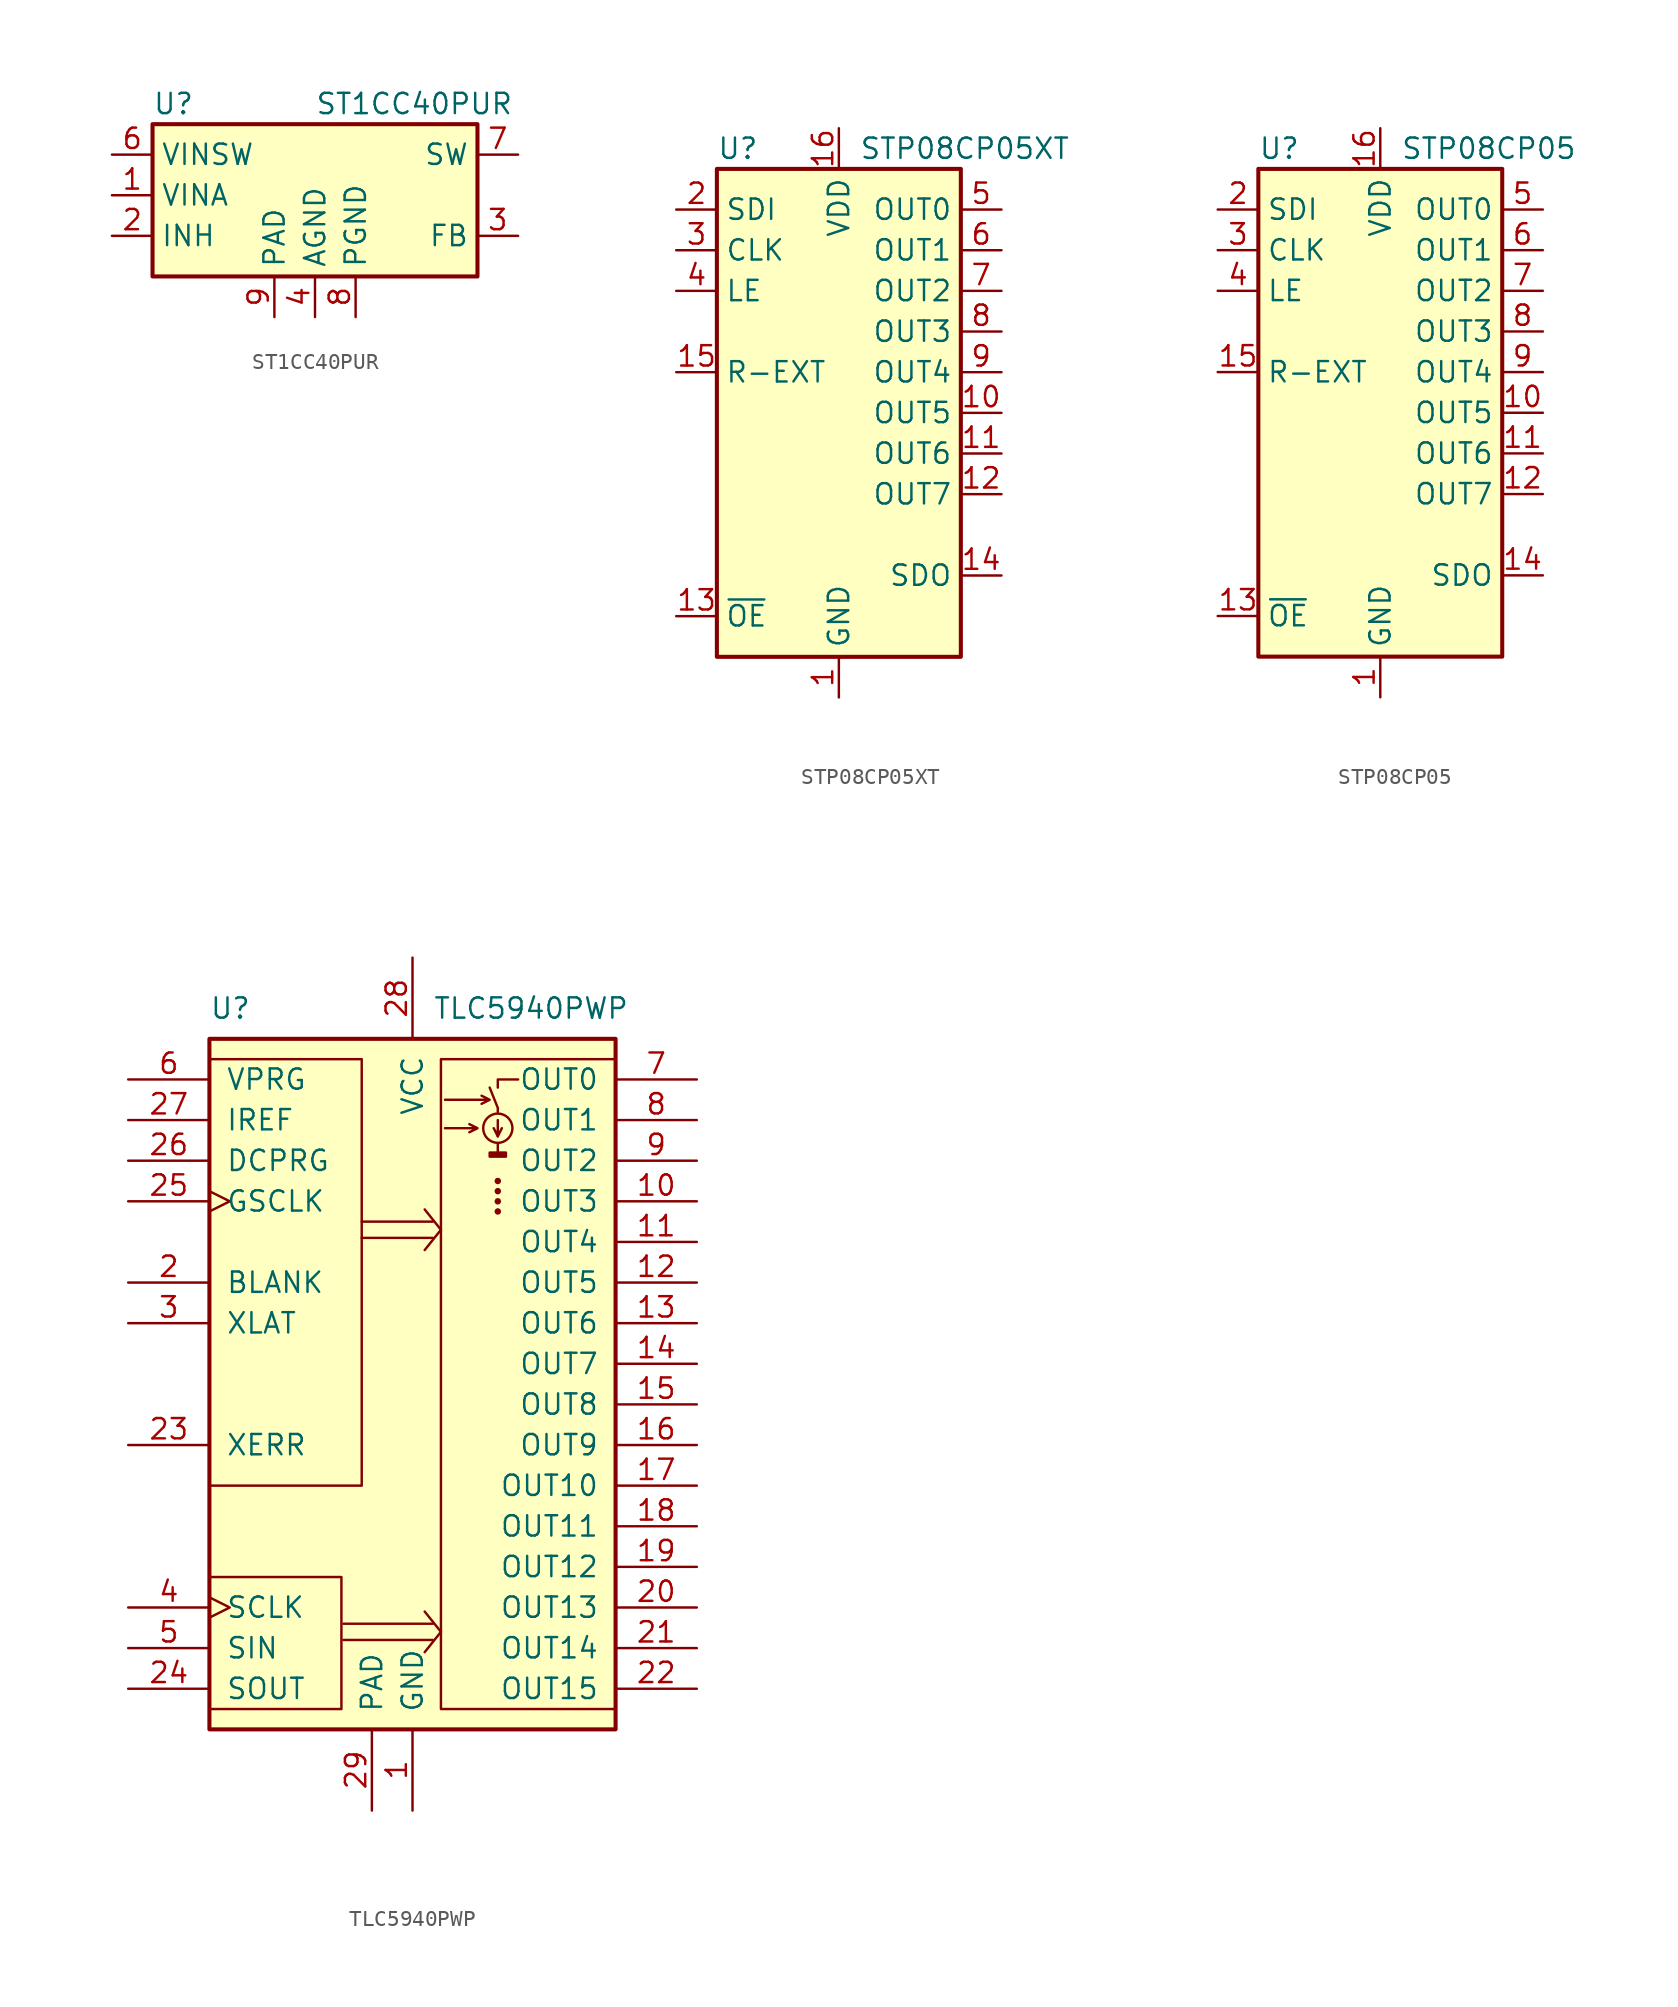
<source format=kicad_sym>
(kicad_symbol_lib
  (version 20211014)
  (generator kicad_symbol_editor)
  (symbol "ST1CC40PUR"
    (property "Reference" "U"
      (at -10.16 5.715 0)
      (effects (font (size 1.27 1.27)) (justify left)))
    (property "Value" "ST1CC40PUR"
      (at 0 5.715 0)
      (effects (font (size 1.27 1.27)) (justify left)))
    (symbol "ST1CC40PUR_0_1"
      (rectangle (start 10.16 4.445) (end -10.16 -5.08) (stroke (width 0.254) (type default) (color 0 0 0 0)) (fill (type background))))
    (symbol "ST1CC40PUR_1_1"
      (pin power_in line (at -12.7 0 0) (length 2.54) (name "VINA" (effects (font (size 1.27 1.27)))) (number "1" (effects (font (size 1.27 1.27)))))
      (pin input line (at -12.7 -2.54 0) (length 2.54) (name "INH" (effects (font (size 1.27 1.27)))) (number "2" (effects (font (size 1.27 1.27)))))
      (pin input line (at 12.7 -2.54 180) (length 2.54) (name "FB" (effects (font (size 1.27 1.27)))) (number "3" (effects (font (size 1.27 1.27)))))
      (pin power_in line (at 0 -7.62 90) (length 2.54) (name "AGND" (effects (font (size 1.27 1.27)))) (number "4" (effects (font (size 1.27 1.27)))))
      (pin no_connect line (at -5.08 -5.08 90) (length 2.54) hide (name "NC" (effects (font (size 1.27 1.27)))) (number "5" (effects (font (size 1.27 1.27)))))
      (pin power_in line (at -12.7 2.54 0) (length 2.54) (name "VINSW" (effects (font (size 1.27 1.27)))) (number "6" (effects (font (size 1.27 1.27)))))
      (pin output line (at 12.7 2.54 180) (length 2.54) (name "SW" (effects (font (size 1.27 1.27)))) (number "7" (effects (font (size 1.27 1.27)))))
      (pin power_out line (at 2.54 -7.62 90) (length 2.54) (name "PGND" (effects (font (size 1.27 1.27)))) (number "8" (effects (font (size 1.27 1.27)))))
      (pin passive line (at -2.54 -7.62 90) (length 2.54) (name "PAD" (effects (font (size 1.27 1.27)))) (number "9" (effects (font (size 1.27 1.27)))))))
  (symbol "STP08CP05XT"
    (property "Reference" "U"
      (at -7.62 16.51 0)
      (effects (font (size 1.27 1.27)) (justify left)))
    (property "Value" "STP08CP05XT"
      (at 1.27 16.51 0)
      (effects (font (size 1.27 1.27)) (justify left)))
    (symbol "STP08CP05XT_0_1"
      (rectangle (start -7.62 15.24) (end 7.62 -15.24) (stroke (width 0.254) (type default) (color 0 0 0 0)) (fill (type background))))
    (symbol "STP08CP05XT_1_1"
      (pin power_in line (at 0 -17.78 90) (length 2.54) (name "GND" (effects (font (size 1.27 1.27)))) (number "1" (effects (font (size 1.27 1.27)))))
      (pin output line (at 10.16 0 180) (length 2.54) (name "OUT5" (effects (font (size 1.27 1.27)))) (number "10" (effects (font (size 1.27 1.27)))))
      (pin output line (at 10.16 -2.54 180) (length 2.54) (name "OUT6" (effects (font (size 1.27 1.27)))) (number "11" (effects (font (size 1.27 1.27)))))
      (pin output line (at 10.16 -5.08 180) (length 2.54) (name "OUT7" (effects (font (size 1.27 1.27)))) (number "12" (effects (font (size 1.27 1.27)))))
      (pin input line (at -10.16 -12.7 0) (length 2.54) (name "~{OE}" (effects (font (size 1.27 1.27)))) (number "13" (effects (font (size 1.27 1.27)))))
      (pin output line (at 10.16 -10.16 180) (length 2.54) (name "SDO" (effects (font (size 1.27 1.27)))) (number "14" (effects (font (size 1.27 1.27)))))
      (pin passive line (at -10.16 2.54 0) (length 2.54) (name "R-EXT" (effects (font (size 1.27 1.27)))) (number "15" (effects (font (size 1.27 1.27)))))
      (pin power_in line (at 0 17.78 270) (length 2.54) (name "VDD" (effects (font (size 1.27 1.27)))) (number "16" (effects (font (size 1.27 1.27)))))
      (pin passive line (at 0 -17.78 90) (length 2.54) hide (name "GND" (effects (font (size 1.27 1.27)))) (number "17" (effects (font (size 1.27 1.27)))))
      (pin input line (at -10.16 12.7 0) (length 2.54) (name "SDI" (effects (font (size 1.27 1.27)))) (number "2" (effects (font (size 1.27 1.27)))))
      (pin input line (at -10.16 10.16 0) (length 2.54) (name "CLK" (effects (font (size 1.27 1.27)))) (number "3" (effects (font (size 1.27 1.27)))))
      (pin input line (at -10.16 7.62 0) (length 2.54) (name "LE" (effects (font (size 1.27 1.27)))) (number "4" (effects (font (size 1.27 1.27)))))
      (pin output line (at 10.16 12.7 180) (length 2.54) (name "OUT0" (effects (font (size 1.27 1.27)))) (number "5" (effects (font (size 1.27 1.27)))))
      (pin output line (at 10.16 10.16 180) (length 2.54) (name "OUT1" (effects (font (size 1.27 1.27)))) (number "6" (effects (font (size 1.27 1.27)))))
      (pin output line (at 10.16 7.62 180) (length 2.54) (name "OUT2" (effects (font (size 1.27 1.27)))) (number "7" (effects (font (size 1.27 1.27)))))
      (pin output line (at 10.16 5.08 180) (length 2.54) (name "OUT3" (effects (font (size 1.27 1.27)))) (number "8" (effects (font (size 1.27 1.27)))))
      (pin output line (at 10.16 2.54 180) (length 2.54) (name "OUT4" (effects (font (size 1.27 1.27)))) (number "9" (effects (font (size 1.27 1.27)))))))
  (symbol "STP08CP05"
    (property "Reference" "U"
      (at -7.62 16.51 0)
      (effects (font (size 1.27 1.27)) (justify left)))
    (property "Value" "STP08CP05"
      (at 1.27 16.51 0)
      (effects (font (size 1.27 1.27)) (justify left)))
    (symbol "STP08CP05_0_1"
      (rectangle (start -7.62 15.24) (end 7.62 -15.24) (stroke (width 0.254) (type default) (color 0 0 0 0)) (fill (type background))))
    (symbol "STP08CP05_1_1"
      (pin power_in line (at 0 -17.78 90) (length 2.54) (name "GND" (effects (font (size 1.27 1.27)))) (number "1" (effects (font (size 1.27 1.27)))))
      (pin output line (at 10.16 0 180) (length 2.54) (name "OUT5" (effects (font (size 1.27 1.27)))) (number "10" (effects (font (size 1.27 1.27)))))
      (pin output line (at 10.16 -2.54 180) (length 2.54) (name "OUT6" (effects (font (size 1.27 1.27)))) (number "11" (effects (font (size 1.27 1.27)))))
      (pin output line (at 10.16 -5.08 180) (length 2.54) (name "OUT7" (effects (font (size 1.27 1.27)))) (number "12" (effects (font (size 1.27 1.27)))))
      (pin input line (at -10.16 -12.7 0) (length 2.54) (name "~{OE}" (effects (font (size 1.27 1.27)))) (number "13" (effects (font (size 1.27 1.27)))))
      (pin output line (at 10.16 -10.16 180) (length 2.54) (name "SDO" (effects (font (size 1.27 1.27)))) (number "14" (effects (font (size 1.27 1.27)))))
      (pin passive line (at -10.16 2.54 0) (length 2.54) (name "R-EXT" (effects (font (size 1.27 1.27)))) (number "15" (effects (font (size 1.27 1.27)))))
      (pin power_in line (at 0 17.78 270) (length 2.54) (name "VDD" (effects (font (size 1.27 1.27)))) (number "16" (effects (font (size 1.27 1.27)))))
      (pin input line (at -10.16 12.7 0) (length 2.54) (name "SDI" (effects (font (size 1.27 1.27)))) (number "2" (effects (font (size 1.27 1.27)))))
      (pin input line (at -10.16 10.16 0) (length 2.54) (name "CLK" (effects (font (size 1.27 1.27)))) (number "3" (effects (font (size 1.27 1.27)))))
      (pin input line (at -10.16 7.62 0) (length 2.54) (name "LE" (effects (font (size 1.27 1.27)))) (number "4" (effects (font (size 1.27 1.27)))))
      (pin output line (at 10.16 12.7 180) (length 2.54) (name "OUT0" (effects (font (size 1.27 1.27)))) (number "5" (effects (font (size 1.27 1.27)))))
      (pin output line (at 10.16 10.16 180) (length 2.54) (name "OUT1" (effects (font (size 1.27 1.27)))) (number "6" (effects (font (size 1.27 1.27)))))
      (pin output line (at 10.16 7.62 180) (length 2.54) (name "OUT2" (effects (font (size 1.27 1.27)))) (number "7" (effects (font (size 1.27 1.27)))))
      (pin output line (at 10.16 5.08 180) (length 2.54) (name "OUT3" (effects (font (size 1.27 1.27)))) (number "8" (effects (font (size 1.27 1.27)))))
      (pin output line (at 10.16 2.54 180) (length 2.54) (name "OUT4" (effects (font (size 1.27 1.27)))) (number "9" (effects (font (size 1.27 1.27)))))))
  (symbol "TLC5940PWP"
    (pin_names
      (offset 1.016))
    (property "Reference" "U"
      (at -12.7 22.225 0)
      (effects (font (size 1.27 1.27)) (justify left)))
    (property "Value" "TLC5940PWP"
      (at 1.27 22.225 0)
      (effects (font (size 1.27 1.27)) (justify left)))
    (symbol "TLC5940PWP_0_1"
      (rectangle (start -12.7 -21.59) (end -4.445 -13.335) (stroke (width 0) (type default) (color 0 0 0 0)) (fill (type none)))
      (rectangle (start -12.7 19.05) (end -3.175 -7.62) (stroke (width 0) (type default) (color 0 0 0 0)) (fill (type none)))
      (rectangle (start -12.7 20.32) (end 12.7 -22.86) (stroke (width 0.254) (type default) (color 0 0 0 0)) (fill (type background)))
      (polyline (pts (xy -4.318 -16.256) (xy 1.27 -16.256)) (stroke (width 0) (type default) (color 0 0 0 0)) (fill (type none)))
      (polyline (pts (xy -3.175 8.89) (xy 1.27 8.89)) (stroke (width 0) (type default) (color 0 0 0 0)) (fill (type none)))
      (polyline (pts (xy 1.27 -17.272) (xy -4.318 -17.272)) (stroke (width 0) (type default) (color 0 0 0 0)) (fill (type none)))
      (polyline (pts (xy 1.27 7.874) (xy -3.175 7.874)) (stroke (width 0) (type default) (color 0 0 0 0)) (fill (type none)))
      (polyline (pts (xy 1.778 -16.764) (xy 0.762 -18.034)) (stroke (width 0) (type default) (color 0 0 0 0)) (fill (type none)))
      (polyline (pts (xy 1.778 -16.764) (xy 0.762 -15.494)) (stroke (width 0) (type default) (color 0 0 0 0)) (fill (type none)))
      (polyline (pts (xy 1.778 8.382) (xy 0.762 7.112)) (stroke (width 0) (type default) (color 0 0 0 0)) (fill (type none)))
      (polyline (pts (xy 1.778 8.382) (xy 0.762 9.652)) (stroke (width 0) (type default) (color 0 0 0 0)) (fill (type none)))
      (polyline (pts (xy 5.334 13.716) (xy 5.334 13.208)) (stroke (width 0) (type default) (color 0 0 0 0)) (fill (type none)))
      (polyline (pts (xy 5.334 14.224) (xy 5.588 14.732)) (stroke (width 0) (type default) (color 0 0 0 0)) (fill (type none)))
      (polyline (pts (xy 5.334 15.24) (xy 5.334 14.224) (xy 5.08 14.732)) (stroke (width 0) (type default) (color 0 0 0 0)) (fill (type none)))
      (polyline (pts (xy 5.334 15.748) (xy 5.334 16.002) (xy 4.826 17.272)) (stroke (width 0) (type default) (color 0 0 0 0)) (fill (type none)))
      (polyline (pts (xy 5.334 17.272) (xy 5.334 17.78) (xy 6.604 17.78)) (stroke (width 0) (type default) (color 0 0 0 0)) (fill (type none)))
      (polyline (pts (xy 2.032 14.732) (xy 4.064 14.732) (xy 3.556 14.986) (xy 4.064 14.732) (xy 3.556 14.478)) (stroke (width 0) (type default) (color 0 0 0 0)) (fill (type none)))
      (polyline (pts (xy 2.032 16.51) (xy 4.826 16.51) (xy 4.318 16.764) (xy 4.826 16.51) (xy 4.318 16.256)) (stroke (width 0) (type default) (color 0 0 0 0)) (fill (type none)))
      (rectangle (start 1.778 19.05) (end 12.7 -21.59) (stroke (width 0) (type default) (color 0 0 0 0)) (fill (type none)))
      (rectangle (start 4.826 13.208) (end 5.842 12.954) (stroke (width 0) (type default) (color 0 0 0 0)) (fill (type outline)))
      (circle (center 5.334 9.525) (radius 0.127) (stroke (width 0) (type default) (color 0 0 0 0)) (fill (type outline)))
      (circle (center 5.334 10.16) (radius 0.127) (stroke (width 0) (type default) (color 0 0 0 0)) (fill (type outline)))
      (circle (center 5.334 10.795) (radius 0.127) (stroke (width 0) (type default) (color 0 0 0 0)) (fill (type outline)))
      (circle (center 5.334 11.43) (radius 0.127) (stroke (width 0) (type default) (color 0 0 0 0)) (fill (type outline)))
      (circle (center 5.334 14.732) (radius 0.914) (stroke (width 0) (type default) (color 0 0 0 0)) (fill (type none))))
    (symbol "TLC5940PWP_1_1"
      (pin power_in line (at 0 -27.94 90) (length 5.08) (name "GND" (effects (font (size 1.27 1.27)))) (number "1" (effects (font (size 1.27 1.27)))))
      (pin open_collector line (at 17.78 10.16 180) (length 5.08) (name "OUT3" (effects (font (size 1.27 1.27)))) (number "10" (effects (font (size 1.27 1.27)))))
      (pin open_collector line (at 17.78 7.62 180) (length 5.08) (name "OUT4" (effects (font (size 1.27 1.27)))) (number "11" (effects (font (size 1.27 1.27)))))
      (pin open_collector line (at 17.78 5.08 180) (length 5.08) (name "OUT5" (effects (font (size 1.27 1.27)))) (number "12" (effects (font (size 1.27 1.27)))))
      (pin open_collector line (at 17.78 2.54 180) (length 5.08) (name "OUT6" (effects (font (size 1.27 1.27)))) (number "13" (effects (font (size 1.27 1.27)))))
      (pin open_collector line (at 17.78 0 180) (length 5.08) (name "OUT7" (effects (font (size 1.27 1.27)))) (number "14" (effects (font (size 1.27 1.27)))))
      (pin open_collector line (at 17.78 -2.54 180) (length 5.08) (name "OUT8" (effects (font (size 1.27 1.27)))) (number "15" (effects (font (size 1.27 1.27)))))
      (pin open_collector line (at 17.78 -5.08 180) (length 5.08) (name "OUT9" (effects (font (size 1.27 1.27)))) (number "16" (effects (font (size 1.27 1.27)))))
      (pin open_collector line (at 17.78 -7.62 180) (length 5.08) (name "OUT10" (effects (font (size 1.27 1.27)))) (number "17" (effects (font (size 1.27 1.27)))))
      (pin open_collector line (at 17.78 -10.16 180) (length 5.08) (name "OUT11" (effects (font (size 1.27 1.27)))) (number "18" (effects (font (size 1.27 1.27)))))
      (pin open_collector line (at 17.78 -12.7 180) (length 5.08) (name "OUT12" (effects (font (size 1.27 1.27)))) (number "19" (effects (font (size 1.27 1.27)))))
      (pin input line (at -17.78 5.08 0) (length 5.08) (name "BLANK" (effects (font (size 1.27 1.27)))) (number "2" (effects (font (size 1.27 1.27)))))
      (pin open_collector line (at 17.78 -15.24 180) (length 5.08) (name "OUT13" (effects (font (size 1.27 1.27)))) (number "20" (effects (font (size 1.27 1.27)))))
      (pin open_collector line (at 17.78 -17.78 180) (length 5.08) (name "OUT14" (effects (font (size 1.27 1.27)))) (number "21" (effects (font (size 1.27 1.27)))))
      (pin open_collector line (at 17.78 -20.32 180) (length 5.08) (name "OUT15" (effects (font (size 1.27 1.27)))) (number "22" (effects (font (size 1.27 1.27)))))
      (pin open_collector line (at -17.78 -5.08 0) (length 5.08) (name "XERR" (effects (font (size 1.27 1.27)))) (number "23" (effects (font (size 1.27 1.27)))))
      (pin output line (at -17.78 -20.32 0) (length 5.08) (name "SOUT" (effects (font (size 1.27 1.27)))) (number "24" (effects (font (size 1.27 1.27)))))
      (pin input clock (at -17.78 10.16 0) (length 5.08) (name "GSCLK" (effects (font (size 1.27 1.27)))) (number "25" (effects (font (size 1.27 1.27)))))
      (pin input line (at -17.78 12.7 0) (length 5.08) (name "DCPRG" (effects (font (size 1.27 1.27)))) (number "26" (effects (font (size 1.27 1.27)))))
      (pin input line (at -17.78 15.24 0) (length 5.08) (name "IREF" (effects (font (size 1.27 1.27)))) (number "27" (effects (font (size 1.27 1.27)))))
      (pin power_in line (at 0 25.4 270) (length 5.08) (name "VCC" (effects (font (size 1.27 1.27)))) (number "28" (effects (font (size 1.27 1.27)))))
      (pin input line (at -2.54 -27.94 90) (length 5.08) (name "PAD" (effects (font (size 1.27 1.27)))) (number "29" (effects (font (size 1.27 1.27)))))
      (pin input line (at -17.78 2.54 0) (length 5.08) (name "XLAT" (effects (font (size 1.27 1.27)))) (number "3" (effects (font (size 1.27 1.27)))))
      (pin input clock (at -17.78 -15.24 0) (length 5.08) (name "SCLK" (effects (font (size 1.27 1.27)))) (number "4" (effects (font (size 1.27 1.27)))))
      (pin input line (at -17.78 -17.78 0) (length 5.08) (name "SIN" (effects (font (size 1.27 1.27)))) (number "5" (effects (font (size 1.27 1.27)))))
      (pin input line (at -17.78 17.78 0) (length 5.08) (name "VPRG" (effects (font (size 1.27 1.27)))) (number "6" (effects (font (size 1.27 1.27)))))
      (pin open_collector line (at 17.78 17.78 180) (length 5.08) (name "OUT0" (effects (font (size 1.27 1.27)))) (number "7" (effects (font (size 1.27 1.27)))))
      (pin open_collector line (at 17.78 15.24 180) (length 5.08) (name "OUT1" (effects (font (size 1.27 1.27)))) (number "8" (effects (font (size 1.27 1.27)))))
      (pin open_collector line (at 17.78 12.7 180) (length 5.08) (name "OUT2" (effects (font (size 1.27 1.27)))) (number "9" (effects (font (size 1.27 1.27))))))))
</source>
